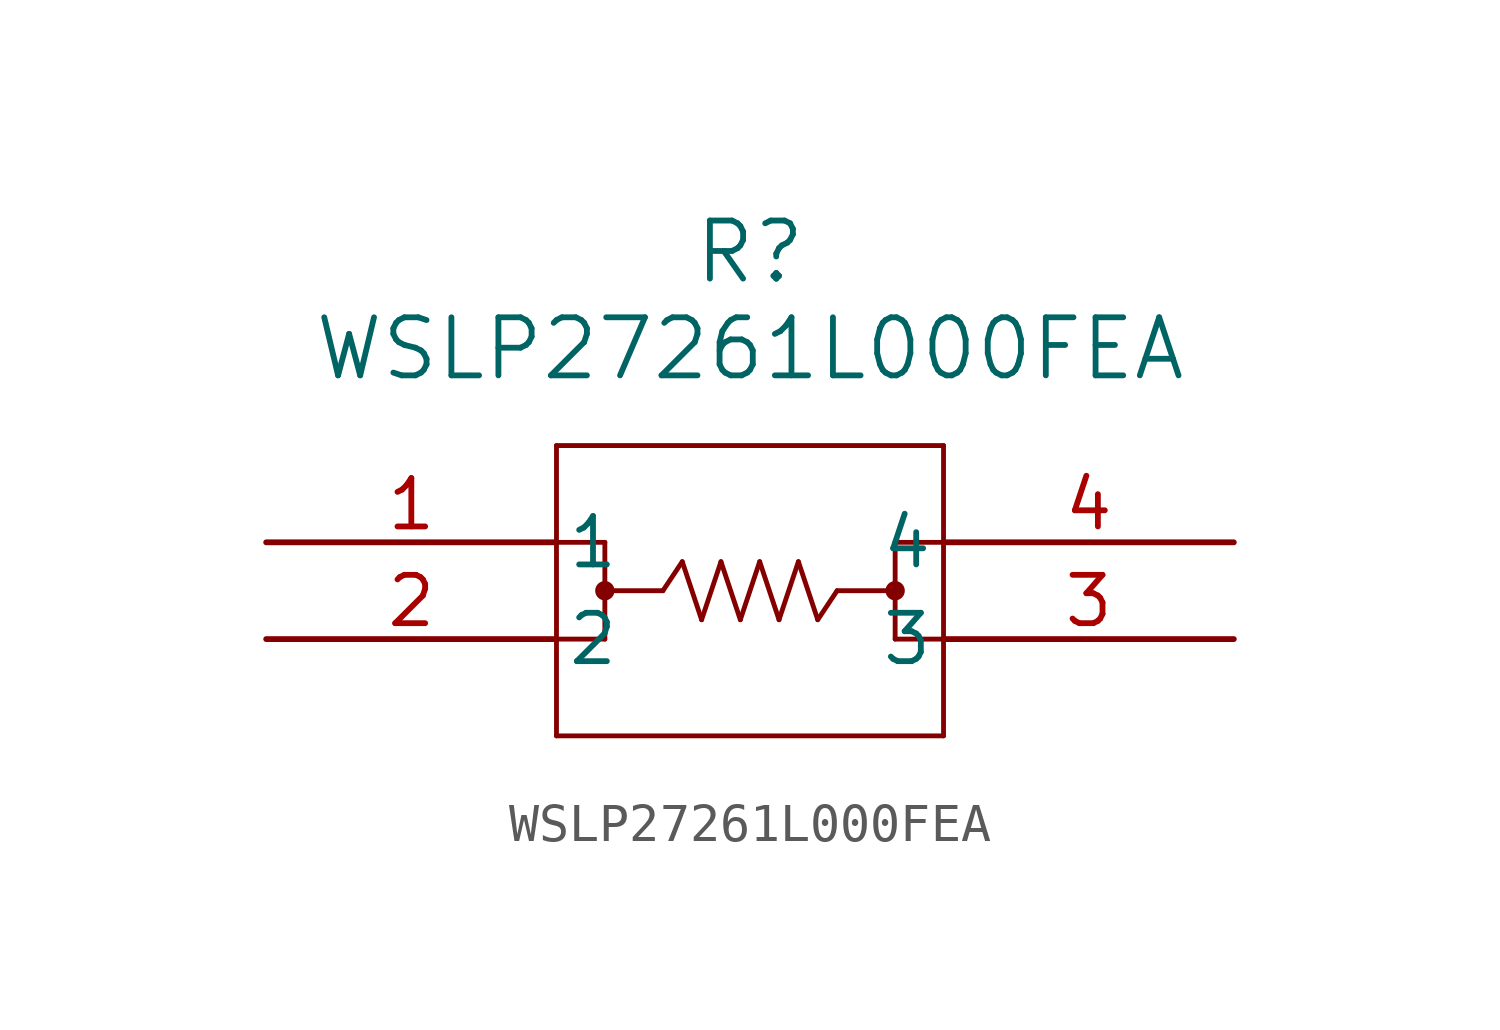
<source format=kicad_sym>
(kicad_symbol_lib
  (version 20211014)
  (generator kicad_symbol_editor)
  (symbol "WSLP27261L000FEA"
    (pin_names
      (offset 0.254))
    (property "Reference" "R"
      (at 12.7 7.62 0)
      (effects (font (size 1.524 1.524))))
    (property "Value" "WSLP27261L000FEA"
      (at 12.7 5.08 0)
      (effects (font (size 1.524 1.524))))
    (symbol "WSLP27261L000FEA_0_1"
      (polyline (pts (xy 7.62 2.54) (xy 7.62 -5.08)) (stroke (width 0.127) (type default) (color 0 0 0 0)) (fill (type none)))
      (polyline (pts (xy 7.62 -5.08) (xy 17.78 -5.08)) (stroke (width 0.127) (type default) (color 0 0 0 0)) (fill (type none)))
      (polyline (pts (xy 17.78 -5.08) (xy 17.78 2.54)) (stroke (width 0.127) (type default) (color 0 0 0 0)) (fill (type none)))
      (polyline (pts (xy 17.78 2.54) (xy 7.62 2.54)) (stroke (width 0.127) (type default) (color 0 0 0 0)) (fill (type none)))
      (polyline (pts (xy 10.414 -1.27) (xy 10.922 -0.508)) (stroke (width 0.127) (type default) (color 0 0 0 0)) (fill (type none)))
      (polyline (pts (xy 10.922 -0.508) (xy 11.43 -2.032)) (stroke (width 0.127) (type default) (color 0 0 0 0)) (fill (type none)))
      (polyline (pts (xy 11.43 -2.032) (xy 11.938 -0.508)) (stroke (width 0.127) (type default) (color 0 0 0 0)) (fill (type none)))
      (polyline (pts (xy 11.938 -0.508) (xy 12.446 -2.032)) (stroke (width 0.127) (type default) (color 0 0 0 0)) (fill (type none)))
      (polyline (pts (xy 12.446 -2.032) (xy 12.954 -0.508)) (stroke (width 0.127) (type default) (color 0 0 0 0)) (fill (type none)))
      (polyline (pts (xy 12.954 -0.508) (xy 13.462 -2.032)) (stroke (width 0.127) (type default) (color 0 0 0 0)) (fill (type none)))
      (polyline (pts (xy 13.462 -2.032) (xy 13.97 -0.508)) (stroke (width 0.127) (type default) (color 0 0 0 0)) (fill (type none)))
      (polyline (pts (xy 13.97 -0.508) (xy 14.478 -2.032)) (stroke (width 0.127) (type default) (color 0 0 0 0)) (fill (type none)))
      (polyline (pts (xy 14.478 -2.032) (xy 14.986 -1.27)) (stroke (width 0.127) (type default) (color 0 0 0 0)) (fill (type none)))
      (polyline (pts (xy 16.51 -1.27) (xy 14.986 -1.27)) (stroke (width 0.127) (type default) (color 0 0 0 0)) (fill (type none)))
      (polyline (pts (xy 10.414 -1.27) (xy 8.89 -1.27)) (stroke (width 0.127) (type default) (color 0 0 0 0)) (fill (type none)))
      (polyline (pts (xy 8.89 0) (xy 8.89 -2.54)) (stroke (width 0.127) (type default) (color 0 0 0 0)) (fill (type none)))
      (polyline (pts (xy 17.78 0) (xy 16.51 0)) (stroke (width 0.127) (type default) (color 0 0 0 0)) (fill (type none)))
      (polyline (pts (xy 16.51 0) (xy 16.51 -2.54)) (stroke (width 0.127) (type default) (color 0 0 0 0)) (fill (type none)))
      (polyline (pts (xy 17.78 -2.54) (xy 16.51 -2.54)) (stroke (width 0.127) (type default) (color 0 0 0 0)) (fill (type none)))
      (polyline (pts (xy 8.89 -2.54) (xy 7.62 -2.54)) (stroke (width 0.127) (type default) (color 0 0 0 0)) (fill (type none)))
      (polyline (pts (xy 7.62 0) (xy 8.89 0)) (stroke (width 0.127) (type default) (color 0 0 0 0)) (fill (type none)))
      (circle (center 8.89 -1.27) (radius 0.127) (stroke (width 0.254) (type default) (color 0 0 0 0)) (fill (type none)))
      (circle (center 16.51 -1.27) (radius 0.127) (stroke (width 0.254) (type default) (color 0 0 0 0)) (fill (type none)))
      (pin unspecified line (at 0 0 0) (length 7.62) (name "1" (effects (font (size 1.27 1.27)))) (number "1" (effects (font (size 1.27 1.27)))))
      (pin unspecified line (at 0 -2.54 0) (length 7.62) (name "2" (effects (font (size 1.27 1.27)))) (number "2" (effects (font (size 1.27 1.27)))))
      (pin unspecified line (at 25.4 -2.54 180) (length 7.62) (name "3" (effects (font (size 1.27 1.27)))) (number "3" (effects (font (size 1.27 1.27)))))
      (pin unspecified line (at 25.4 0 180) (length 7.62) (name "4" (effects (font (size 1.27 1.27)))) (number "4" (effects (font (size 1.27 1.27))))))))
</source>
